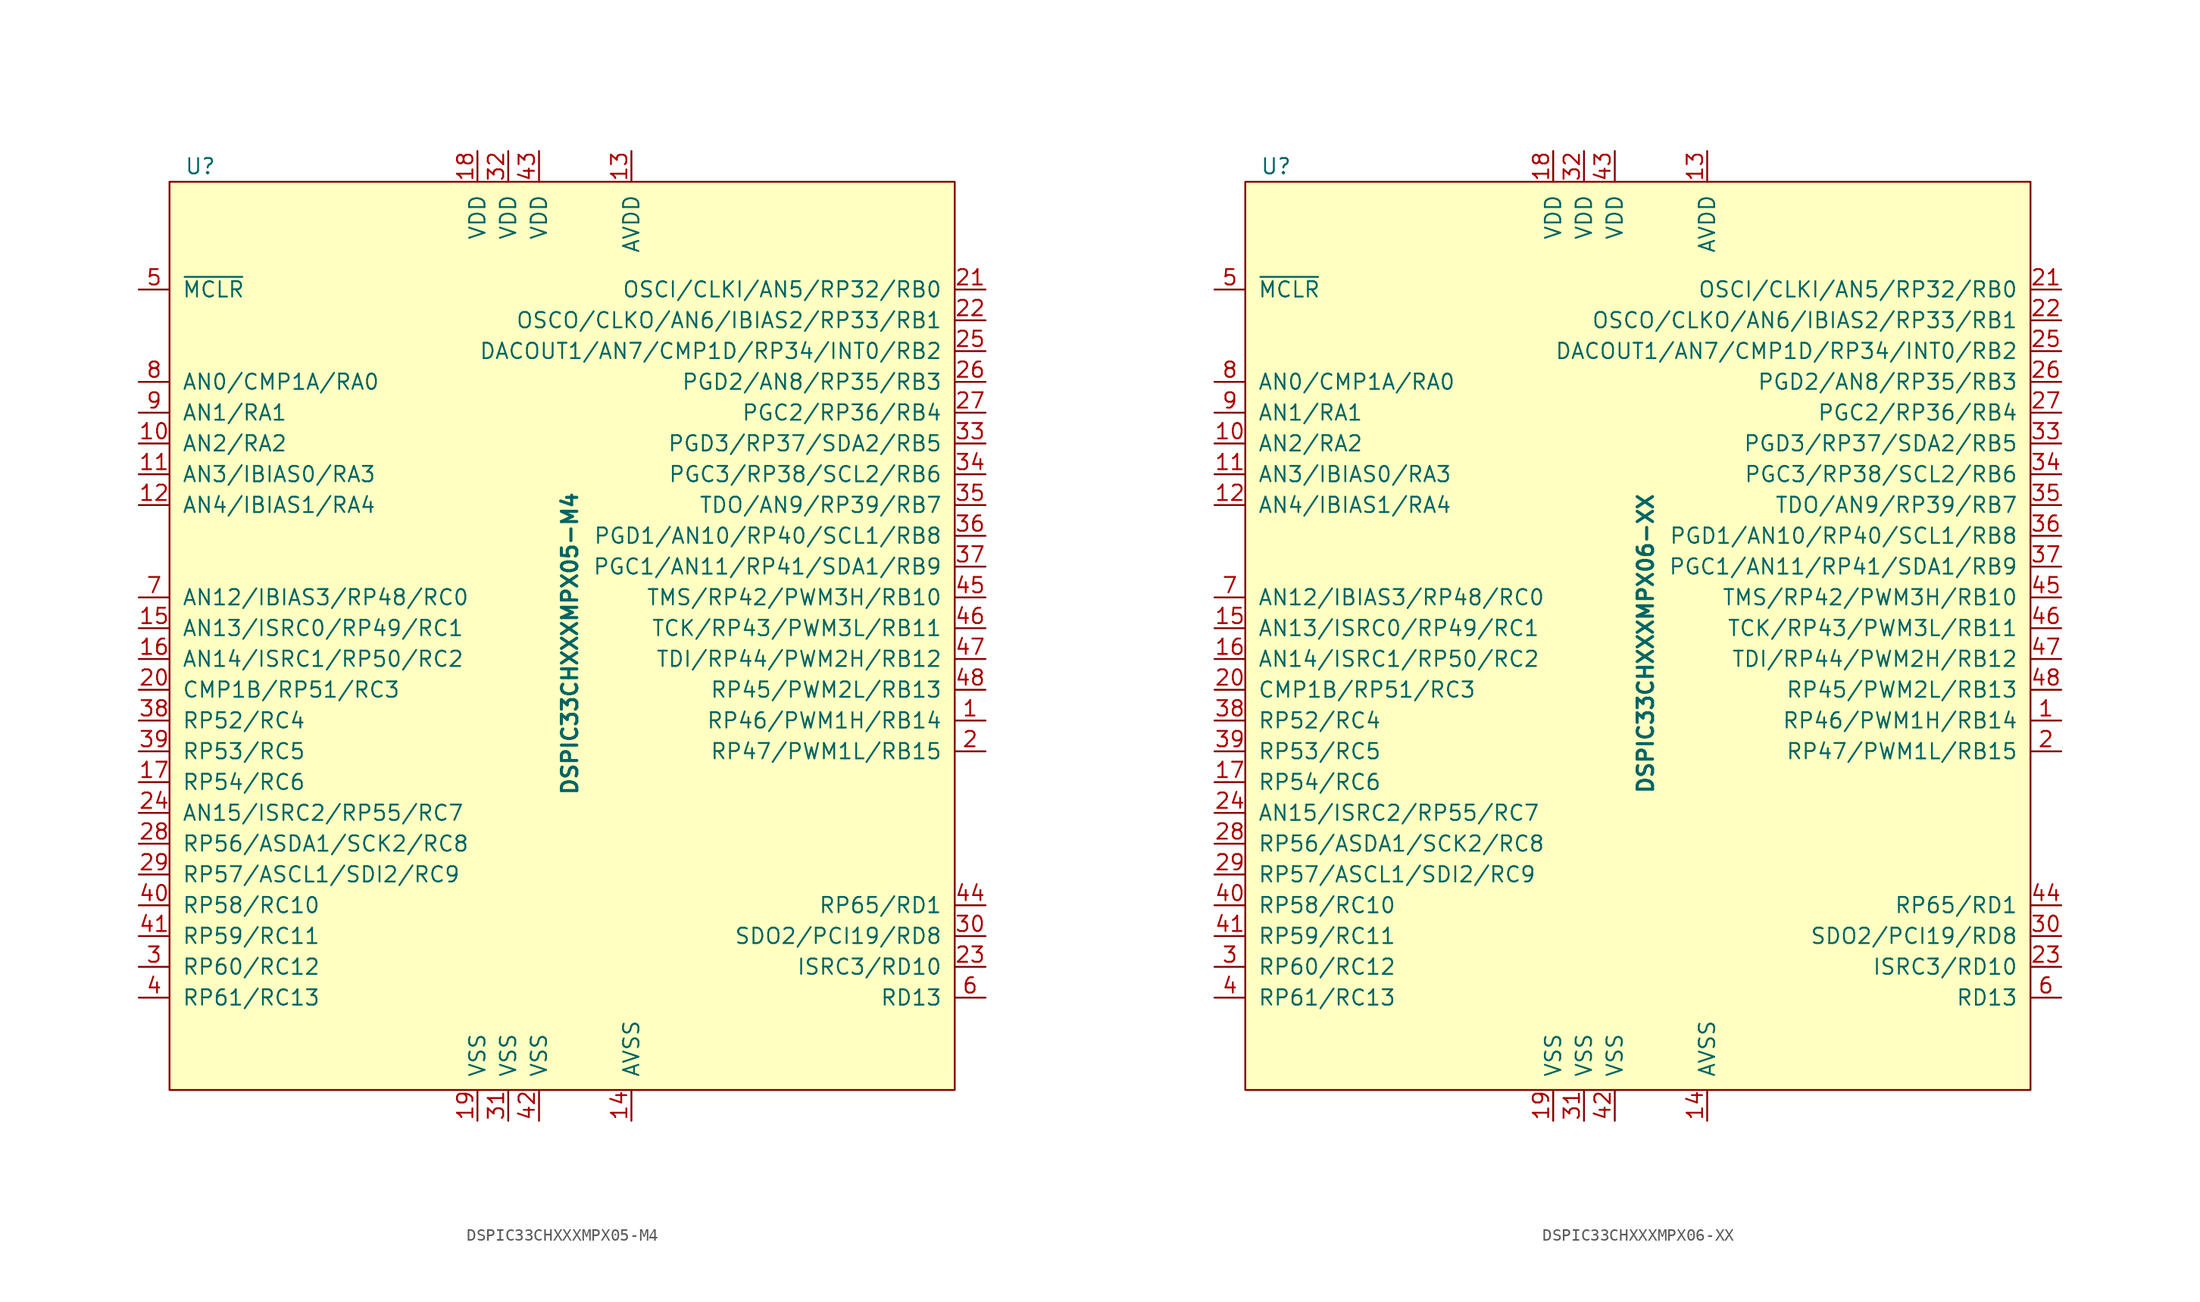
<source format=kicad_sym>
(kicad_symbol_lib
  (version 20220914)
  (generator kicad_symbol_editor)
  (symbol "DSPIC33CHXXXMPX05-M4"
    (pin_names
      (offset 1.016))
    (property "Reference" "U"
      (at -30.48 39.37 0)
      (effects (font (size 1.27 1.27))))
    (property "Value" "DSPIC33CHXXXMPX05-M4"
      (at 0 0 90)
      (effects (font (size 1.27 1.27) bold)))
    (symbol "DSPIC33CHXXXMPX05-M4_0_1"
      (rectangle (start -33.02 38.1) (end 31.75 -36.83) (stroke (width 0) (type solid)) (fill (type background))))
    (symbol "DSPIC33CHXXXMPX05-M4_1_1"
      (pin bidirectional line (at 34.29 -6.35 180) (length 2.54) (name "RP46/PWM1H/RB14" (effects (font (size 1.27 1.27)))) (number "1" (effects (font (size 1.27 1.27)))))
      (pin bidirectional line (at -35.56 16.51 0) (length 2.54) (name "AN2/RA2" (effects (font (size 1.27 1.27)))) (number "10" (effects (font (size 1.27 1.27)))))
      (pin bidirectional line (at -35.56 13.97 0) (length 2.54) (name "AN3/IBIAS0/RA3" (effects (font (size 1.27 1.27)))) (number "11" (effects (font (size 1.27 1.27)))))
      (pin bidirectional line (at -35.56 11.43 0) (length 2.54) (name "AN4/IBIAS1/RA4" (effects (font (size 1.27 1.27)))) (number "12" (effects (font (size 1.27 1.27)))))
      (pin power_in line (at 5.08 40.64 270) (length 2.54) (name "AVDD" (effects (font (size 1.27 1.27)))) (number "13" (effects (font (size 1.27 1.27)))))
      (pin power_in line (at 5.08 -39.37 90) (length 2.54) (name "AVSS" (effects (font (size 1.27 1.27)))) (number "14" (effects (font (size 1.27 1.27)))))
      (pin bidirectional line (at -35.56 1.27 0) (length 2.54) (name "AN13/ISRC0/RP49/RC1" (effects (font (size 1.27 1.27)))) (number "15" (effects (font (size 1.27 1.27)))))
      (pin bidirectional line (at -35.56 -1.27 0) (length 2.54) (name "AN14/ISRC1/RP50/RC2" (effects (font (size 1.27 1.27)))) (number "16" (effects (font (size 1.27 1.27)))))
      (pin bidirectional line (at -35.56 -11.43 0) (length 2.54) (name "RP54/RC6" (effects (font (size 1.27 1.27)))) (number "17" (effects (font (size 1.27 1.27)))))
      (pin power_in line (at -7.62 40.64 270) (length 2.54) (name "VDD" (effects (font (size 1.27 1.27)))) (number "18" (effects (font (size 1.27 1.27)))))
      (pin power_in line (at -7.62 -39.37 90) (length 2.54) (name "VSS" (effects (font (size 1.27 1.27)))) (number "19" (effects (font (size 1.27 1.27)))))
      (pin bidirectional line (at 34.29 -8.89 180) (length 2.54) (name "RP47/PWM1L/RB15" (effects (font (size 1.27 1.27)))) (number "2" (effects (font (size 1.27 1.27)))))
      (pin bidirectional line (at -35.56 -3.81 0) (length 2.54) (name "CMP1B/RP51/RC3" (effects (font (size 1.27 1.27)))) (number "20" (effects (font (size 1.27 1.27)))))
      (pin bidirectional line (at 34.29 29.21 180) (length 2.54) (name "OSCI/CLKI/AN5/RP32/RB0" (effects (font (size 1.27 1.27)))) (number "21" (effects (font (size 1.27 1.27)))))
      (pin bidirectional line (at 34.29 26.67 180) (length 2.54) (name "OSCO/CLKO/AN6/IBIAS2/RP33/RB1" (effects (font (size 1.27 1.27)))) (number "22" (effects (font (size 1.27 1.27)))))
      (pin bidirectional line (at 34.29 -26.67 180) (length 2.54) (name "ISRC3/RD10" (effects (font (size 1.27 1.27)))) (number "23" (effects (font (size 1.27 1.27)))))
      (pin bidirectional line (at -35.56 -13.97 0) (length 2.54) (name "AN15/ISRC2/RP55/RC7" (effects (font (size 1.27 1.27)))) (number "24" (effects (font (size 1.27 1.27)))))
      (pin bidirectional line (at 34.29 24.13 180) (length 2.54) (name "DACOUT1/AN7/CMP1D/RP34/INT0/RB2" (effects (font (size 1.27 1.27)))) (number "25" (effects (font (size 1.27 1.27)))))
      (pin bidirectional line (at 34.29 21.59 180) (length 2.54) (name "PGD2/AN8/RP35/RB3" (effects (font (size 1.27 1.27)))) (number "26" (effects (font (size 1.27 1.27)))))
      (pin bidirectional line (at 34.29 19.05 180) (length 2.54) (name "PGC2/RP36/RB4" (effects (font (size 1.27 1.27)))) (number "27" (effects (font (size 1.27 1.27)))))
      (pin bidirectional line (at -35.56 -16.51 0) (length 2.54) (name "RP56/ASDA1/SCK2/RC8" (effects (font (size 1.27 1.27)))) (number "28" (effects (font (size 1.27 1.27)))))
      (pin bidirectional line (at -35.56 -19.05 0) (length 2.54) (name "RP57/ASCL1/SDI2/RC9" (effects (font (size 1.27 1.27)))) (number "29" (effects (font (size 1.27 1.27)))))
      (pin bidirectional line (at -35.56 -26.67 0) (length 2.54) (name "RP60/RC12" (effects (font (size 1.27 1.27)))) (number "3" (effects (font (size 1.27 1.27)))))
      (pin bidirectional line (at 34.29 -24.13 180) (length 2.54) (name "SDO2/PCI19/RD8" (effects (font (size 1.27 1.27)))) (number "30" (effects (font (size 1.27 1.27)))))
      (pin power_in line (at -5.08 -39.37 90) (length 2.54) (name "VSS" (effects (font (size 1.27 1.27)))) (number "31" (effects (font (size 1.27 1.27)))))
      (pin power_in line (at -5.08 40.64 270) (length 2.54) (name "VDD" (effects (font (size 1.27 1.27)))) (number "32" (effects (font (size 1.27 1.27)))))
      (pin bidirectional line (at 34.29 16.51 180) (length 2.54) (name "PGD3/RP37/SDA2/RB5" (effects (font (size 1.27 1.27)))) (number "33" (effects (font (size 1.27 1.27)))))
      (pin bidirectional line (at 34.29 13.97 180) (length 2.54) (name "PGC3/RP38/SCL2/RB6" (effects (font (size 1.27 1.27)))) (number "34" (effects (font (size 1.27 1.27)))))
      (pin bidirectional line (at 34.29 11.43 180) (length 2.54) (name "TDO/AN9/RP39/RB7" (effects (font (size 1.27 1.27)))) (number "35" (effects (font (size 1.27 1.27)))))
      (pin bidirectional line (at 34.29 8.89 180) (length 2.54) (name "PGD1/AN10/RP40/SCL1/RB8" (effects (font (size 1.27 1.27)))) (number "36" (effects (font (size 1.27 1.27)))))
      (pin bidirectional line (at 34.29 6.35 180) (length 2.54) (name "PGC1/AN11/RP41/SDA1/RB9" (effects (font (size 1.27 1.27)))) (number "37" (effects (font (size 1.27 1.27)))))
      (pin bidirectional line (at -35.56 -6.35 0) (length 2.54) (name "RP52/RC4" (effects (font (size 1.27 1.27)))) (number "38" (effects (font (size 1.27 1.27)))))
      (pin bidirectional line (at -35.56 -8.89 0) (length 2.54) (name "RP53/RC5" (effects (font (size 1.27 1.27)))) (number "39" (effects (font (size 1.27 1.27)))))
      (pin bidirectional line (at -35.56 -29.21 0) (length 2.54) (name "RP61/RC13" (effects (font (size 1.27 1.27)))) (number "4" (effects (font (size 1.27 1.27)))))
      (pin bidirectional line (at -35.56 -21.59 0) (length 2.54) (name "RP58/RC10" (effects (font (size 1.27 1.27)))) (number "40" (effects (font (size 1.27 1.27)))))
      (pin bidirectional line (at -35.56 -24.13 0) (length 2.54) (name "RP59/RC11" (effects (font (size 1.27 1.27)))) (number "41" (effects (font (size 1.27 1.27)))))
      (pin power_in line (at -2.54 -39.37 90) (length 2.54) (name "VSS" (effects (font (size 1.27 1.27)))) (number "42" (effects (font (size 1.27 1.27)))))
      (pin power_in line (at -2.54 40.64 270) (length 2.54) (name "VDD" (effects (font (size 1.27 1.27)))) (number "43" (effects (font (size 1.27 1.27)))))
      (pin bidirectional line (at 34.29 -21.59 180) (length 2.54) (name "RP65/RD1" (effects (font (size 1.27 1.27)))) (number "44" (effects (font (size 1.27 1.27)))))
      (pin bidirectional line (at 34.29 3.81 180) (length 2.54) (name "TMS/RP42/PWM3H/RB10" (effects (font (size 1.27 1.27)))) (number "45" (effects (font (size 1.27 1.27)))))
      (pin bidirectional line (at 34.29 1.27 180) (length 2.54) (name "TCK/RP43/PWM3L/RB11" (effects (font (size 1.27 1.27)))) (number "46" (effects (font (size 1.27 1.27)))))
      (pin bidirectional line (at 34.29 -1.27 180) (length 2.54) (name "TDI/RP44/PWM2H/RB12" (effects (font (size 1.27 1.27)))) (number "47" (effects (font (size 1.27 1.27)))))
      (pin bidirectional line (at 34.29 -3.81 180) (length 2.54) (name "RP45/PWM2L/RB13" (effects (font (size 1.27 1.27)))) (number "48" (effects (font (size 1.27 1.27)))))
      (pin input line (at -35.56 29.21 0) (length 2.54) (name "~{MCLR}" (effects (font (size 1.27 1.27)))) (number "5" (effects (font (size 1.27 1.27)))))
      (pin bidirectional line (at 34.29 -29.21 180) (length 2.54) (name "RD13" (effects (font (size 1.27 1.27)))) (number "6" (effects (font (size 1.27 1.27)))))
      (pin bidirectional line (at -35.56 3.81 0) (length 2.54) (name "AN12/IBIAS3/RP48/RC0" (effects (font (size 1.27 1.27)))) (number "7" (effects (font (size 1.27 1.27)))))
      (pin bidirectional line (at -35.56 21.59 0) (length 2.54) (name "AN0/CMP1A/RA0" (effects (font (size 1.27 1.27)))) (number "8" (effects (font (size 1.27 1.27)))))
      (pin bidirectional line (at -35.56 19.05 0) (length 2.54) (name "AN1/RA1" (effects (font (size 1.27 1.27)))) (number "9" (effects (font (size 1.27 1.27)))))))
  (symbol "DSPIC33CHXXXMPX06-XX"
    (pin_names
      (offset 1.016))
    (property "Reference" "U"
      (at -30.48 39.37 0)
      (effects (font (size 1.27 1.27))))
    (property "Value" "DSPIC33CHXXXMPX06-XX"
      (at 0 0 90)
      (effects (font (size 1.27 1.27) bold)))
    (symbol "DSPIC33CHXXXMPX06-XX_0_1"
      (rectangle (start -33.02 38.1) (end 31.75 -36.83) (stroke (width 0) (type solid)) (fill (type background))))
    (symbol "DSPIC33CHXXXMPX06-XX_1_1"
      (pin bidirectional line (at 34.29 -6.35 180) (length 2.54) (name "RP46/PWM1H/RB14" (effects (font (size 1.27 1.27)))) (number "1" (effects (font (size 1.27 1.27)))))
      (pin bidirectional line (at -35.56 16.51 0) (length 2.54) (name "AN2/RA2" (effects (font (size 1.27 1.27)))) (number "10" (effects (font (size 1.27 1.27)))))
      (pin bidirectional line (at -35.56 13.97 0) (length 2.54) (name "AN3/IBIAS0/RA3" (effects (font (size 1.27 1.27)))) (number "11" (effects (font (size 1.27 1.27)))))
      (pin bidirectional line (at -35.56 11.43 0) (length 2.54) (name "AN4/IBIAS1/RA4" (effects (font (size 1.27 1.27)))) (number "12" (effects (font (size 1.27 1.27)))))
      (pin power_in line (at 5.08 40.64 270) (length 2.54) (name "AVDD" (effects (font (size 1.27 1.27)))) (number "13" (effects (font (size 1.27 1.27)))))
      (pin power_in line (at 5.08 -39.37 90) (length 2.54) (name "AVSS" (effects (font (size 1.27 1.27)))) (number "14" (effects (font (size 1.27 1.27)))))
      (pin bidirectional line (at -35.56 1.27 0) (length 2.54) (name "AN13/ISRC0/RP49/RC1" (effects (font (size 1.27 1.27)))) (number "15" (effects (font (size 1.27 1.27)))))
      (pin bidirectional line (at -35.56 -1.27 0) (length 2.54) (name "AN14/ISRC1/RP50/RC2" (effects (font (size 1.27 1.27)))) (number "16" (effects (font (size 1.27 1.27)))))
      (pin bidirectional line (at -35.56 -11.43 0) (length 2.54) (name "RP54/RC6" (effects (font (size 1.27 1.27)))) (number "17" (effects (font (size 1.27 1.27)))))
      (pin power_in line (at -7.62 40.64 270) (length 2.54) (name "VDD" (effects (font (size 1.27 1.27)))) (number "18" (effects (font (size 1.27 1.27)))))
      (pin power_in line (at -7.62 -39.37 90) (length 2.54) (name "VSS" (effects (font (size 1.27 1.27)))) (number "19" (effects (font (size 1.27 1.27)))))
      (pin bidirectional line (at 34.29 -8.89 180) (length 2.54) (name "RP47/PWM1L/RB15" (effects (font (size 1.27 1.27)))) (number "2" (effects (font (size 1.27 1.27)))))
      (pin bidirectional line (at -35.56 -3.81 0) (length 2.54) (name "CMP1B/RP51/RC3" (effects (font (size 1.27 1.27)))) (number "20" (effects (font (size 1.27 1.27)))))
      (pin bidirectional line (at 34.29 29.21 180) (length 2.54) (name "OSCI/CLKI/AN5/RP32/RB0" (effects (font (size 1.27 1.27)))) (number "21" (effects (font (size 1.27 1.27)))))
      (pin bidirectional line (at 34.29 26.67 180) (length 2.54) (name "OSCO/CLKO/AN6/IBIAS2/RP33/RB1" (effects (font (size 1.27 1.27)))) (number "22" (effects (font (size 1.27 1.27)))))
      (pin bidirectional line (at 34.29 -26.67 180) (length 2.54) (name "ISRC3/RD10" (effects (font (size 1.27 1.27)))) (number "23" (effects (font (size 1.27 1.27)))))
      (pin bidirectional line (at -35.56 -13.97 0) (length 2.54) (name "AN15/ISRC2/RP55/RC7" (effects (font (size 1.27 1.27)))) (number "24" (effects (font (size 1.27 1.27)))))
      (pin bidirectional line (at 34.29 24.13 180) (length 2.54) (name "DACOUT1/AN7/CMP1D/RP34/INT0/RB2" (effects (font (size 1.27 1.27)))) (number "25" (effects (font (size 1.27 1.27)))))
      (pin bidirectional line (at 34.29 21.59 180) (length 2.54) (name "PGD2/AN8/RP35/RB3" (effects (font (size 1.27 1.27)))) (number "26" (effects (font (size 1.27 1.27)))))
      (pin bidirectional line (at 34.29 19.05 180) (length 2.54) (name "PGC2/RP36/RB4" (effects (font (size 1.27 1.27)))) (number "27" (effects (font (size 1.27 1.27)))))
      (pin bidirectional line (at -35.56 -16.51 0) (length 2.54) (name "RP56/ASDA1/SCK2/RC8" (effects (font (size 1.27 1.27)))) (number "28" (effects (font (size 1.27 1.27)))))
      (pin bidirectional line (at -35.56 -19.05 0) (length 2.54) (name "RP57/ASCL1/SDI2/RC9" (effects (font (size 1.27 1.27)))) (number "29" (effects (font (size 1.27 1.27)))))
      (pin bidirectional line (at -35.56 -26.67 0) (length 2.54) (name "RP60/RC12" (effects (font (size 1.27 1.27)))) (number "3" (effects (font (size 1.27 1.27)))))
      (pin bidirectional line (at 34.29 -24.13 180) (length 2.54) (name "SDO2/PCI19/RD8" (effects (font (size 1.27 1.27)))) (number "30" (effects (font (size 1.27 1.27)))))
      (pin power_in line (at -5.08 -39.37 90) (length 2.54) (name "VSS" (effects (font (size 1.27 1.27)))) (number "31" (effects (font (size 1.27 1.27)))))
      (pin power_in line (at -5.08 40.64 270) (length 2.54) (name "VDD" (effects (font (size 1.27 1.27)))) (number "32" (effects (font (size 1.27 1.27)))))
      (pin bidirectional line (at 34.29 16.51 180) (length 2.54) (name "PGD3/RP37/SDA2/RB5" (effects (font (size 1.27 1.27)))) (number "33" (effects (font (size 1.27 1.27)))))
      (pin bidirectional line (at 34.29 13.97 180) (length 2.54) (name "PGC3/RP38/SCL2/RB6" (effects (font (size 1.27 1.27)))) (number "34" (effects (font (size 1.27 1.27)))))
      (pin bidirectional line (at 34.29 11.43 180) (length 2.54) (name "TDO/AN9/RP39/RB7" (effects (font (size 1.27 1.27)))) (number "35" (effects (font (size 1.27 1.27)))))
      (pin bidirectional line (at 34.29 8.89 180) (length 2.54) (name "PGD1/AN10/RP40/SCL1/RB8" (effects (font (size 1.27 1.27)))) (number "36" (effects (font (size 1.27 1.27)))))
      (pin bidirectional line (at 34.29 6.35 180) (length 2.54) (name "PGC1/AN11/RP41/SDA1/RB9" (effects (font (size 1.27 1.27)))) (number "37" (effects (font (size 1.27 1.27)))))
      (pin bidirectional line (at -35.56 -6.35 0) (length 2.54) (name "RP52/RC4" (effects (font (size 1.27 1.27)))) (number "38" (effects (font (size 1.27 1.27)))))
      (pin bidirectional line (at -35.56 -8.89 0) (length 2.54) (name "RP53/RC5" (effects (font (size 1.27 1.27)))) (number "39" (effects (font (size 1.27 1.27)))))
      (pin bidirectional line (at -35.56 -29.21 0) (length 2.54) (name "RP61/RC13" (effects (font (size 1.27 1.27)))) (number "4" (effects (font (size 1.27 1.27)))))
      (pin bidirectional line (at -35.56 -21.59 0) (length 2.54) (name "RP58/RC10" (effects (font (size 1.27 1.27)))) (number "40" (effects (font (size 1.27 1.27)))))
      (pin bidirectional line (at -35.56 -24.13 0) (length 2.54) (name "RP59/RC11" (effects (font (size 1.27 1.27)))) (number "41" (effects (font (size 1.27 1.27)))))
      (pin power_in line (at -2.54 -39.37 90) (length 2.54) (name "VSS" (effects (font (size 1.27 1.27)))) (number "42" (effects (font (size 1.27 1.27)))))
      (pin power_in line (at -2.54 40.64 270) (length 2.54) (name "VDD" (effects (font (size 1.27 1.27)))) (number "43" (effects (font (size 1.27 1.27)))))
      (pin bidirectional line (at 34.29 -21.59 180) (length 2.54) (name "RP65/RD1" (effects (font (size 1.27 1.27)))) (number "44" (effects (font (size 1.27 1.27)))))
      (pin bidirectional line (at 34.29 3.81 180) (length 2.54) (name "TMS/RP42/PWM3H/RB10" (effects (font (size 1.27 1.27)))) (number "45" (effects (font (size 1.27 1.27)))))
      (pin bidirectional line (at 34.29 1.27 180) (length 2.54) (name "TCK/RP43/PWM3L/RB11" (effects (font (size 1.27 1.27)))) (number "46" (effects (font (size 1.27 1.27)))))
      (pin bidirectional line (at 34.29 -1.27 180) (length 2.54) (name "TDI/RP44/PWM2H/RB12" (effects (font (size 1.27 1.27)))) (number "47" (effects (font (size 1.27 1.27)))))
      (pin bidirectional line (at 34.29 -3.81 180) (length 2.54) (name "RP45/PWM2L/RB13" (effects (font (size 1.27 1.27)))) (number "48" (effects (font (size 1.27 1.27)))))
      (pin input line (at -35.56 29.21 0) (length 2.54) (name "~{MCLR}" (effects (font (size 1.27 1.27)))) (number "5" (effects (font (size 1.27 1.27)))))
      (pin bidirectional line (at 34.29 -29.21 180) (length 2.54) (name "RD13" (effects (font (size 1.27 1.27)))) (number "6" (effects (font (size 1.27 1.27)))))
      (pin bidirectional line (at -35.56 3.81 0) (length 2.54) (name "AN12/IBIAS3/RP48/RC0" (effects (font (size 1.27 1.27)))) (number "7" (effects (font (size 1.27 1.27)))))
      (pin bidirectional line (at -35.56 21.59 0) (length 2.54) (name "AN0/CMP1A/RA0" (effects (font (size 1.27 1.27)))) (number "8" (effects (font (size 1.27 1.27)))))
      (pin bidirectional line (at -35.56 19.05 0) (length 2.54) (name "AN1/RA1" (effects (font (size 1.27 1.27)))) (number "9" (effects (font (size 1.27 1.27))))))))
</source>
